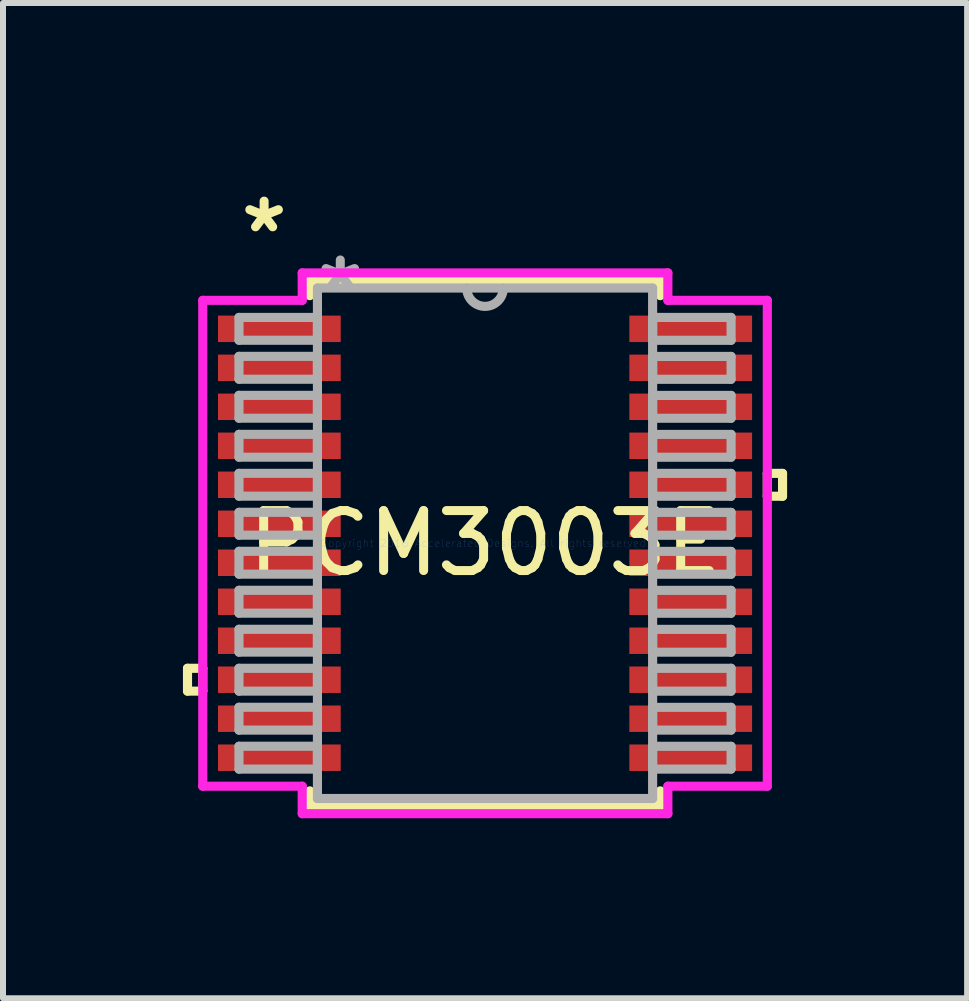
<source format=kicad_pcb>
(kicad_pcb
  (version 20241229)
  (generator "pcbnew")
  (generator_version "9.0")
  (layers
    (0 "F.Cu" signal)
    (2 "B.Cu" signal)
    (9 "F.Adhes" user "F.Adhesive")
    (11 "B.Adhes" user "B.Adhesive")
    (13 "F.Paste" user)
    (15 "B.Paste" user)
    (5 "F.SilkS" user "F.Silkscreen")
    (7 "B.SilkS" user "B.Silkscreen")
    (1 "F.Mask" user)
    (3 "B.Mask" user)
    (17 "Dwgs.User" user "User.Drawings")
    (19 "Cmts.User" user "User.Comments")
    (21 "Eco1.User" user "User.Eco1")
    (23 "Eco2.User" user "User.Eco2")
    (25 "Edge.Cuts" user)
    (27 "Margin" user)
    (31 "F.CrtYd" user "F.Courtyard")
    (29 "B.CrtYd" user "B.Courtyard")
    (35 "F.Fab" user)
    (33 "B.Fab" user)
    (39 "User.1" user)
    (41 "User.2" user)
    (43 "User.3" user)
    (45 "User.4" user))
  (footprint "PCM3003E"
    (layer "F.Cu")
    (at 5.036 6.007)
    (property "Reference" "PCM3003E" (at 0 0 0) (layer "F.SilkS") (effects (font (size 1 1) (thickness 0.15))))
    (attr through_hole)
    (fp_line (start -4.96 2.084) (end -4.96 2.465) (stroke (width 0.152) (type solid)) (layer "F.SilkS"))
    (fp_line (start -4.96 2.465) (end -4.706 2.465) (stroke (width 0.152) (type solid)) (layer "F.SilkS"))
    (fp_line (start -4.706 2.084) (end -4.96 2.084) (stroke (width 0.152) (type solid)) (layer "F.SilkS"))
    (fp_line (start -4.706 2.465) (end -4.706 2.084) (stroke (width 0.152) (type solid)) (layer "F.SilkS"))
    (fp_line (start -2.921 -4.381) (end -2.921 -4.128) (stroke (width 0.152) (type solid)) (layer "F.SilkS"))
    (fp_line (start -2.921 4.128) (end -2.921 4.381) (stroke (width 0.152) (type solid)) (layer "F.SilkS"))
    (fp_line (start -2.921 4.381) (end 2.921 4.381) (stroke (width 0.152) (type solid)) (layer "F.SilkS"))
    (fp_line (start 2.921 -4.381) (end -2.921 -4.381) (stroke (width 0.152) (type solid)) (layer "F.SilkS"))
    (fp_line (start 2.921 -4.128) (end 2.921 -4.381) (stroke (width 0.152) (type solid)) (layer "F.SilkS"))
    (fp_line (start 2.921 4.381) (end 2.921 4.128) (stroke (width 0.152) (type solid)) (layer "F.SilkS"))
    (fp_line (start 4.706 -1.165) (end 4.96 -1.165) (stroke (width 0.152) (type solid)) (layer "F.SilkS"))
    (fp_line (start 4.706 -0.784) (end 4.706 -1.165) (stroke (width 0.152) (type solid)) (layer "F.SilkS"))
    (fp_line (start 4.96 -1.165) (end 4.96 -0.784) (stroke (width 0.152) (type solid)) (layer "F.SilkS"))
    (fp_line (start 4.96 -0.784) (end 4.706 -0.784) (stroke (width 0.152) (type solid)) (layer "F.SilkS"))
    (fp_line (start -4.706 -4.05) (end -3.048 -4.05) (stroke (width 0.152) (type solid)) (layer "F.CrtYd"))
    (fp_line (start -4.706 4.05) (end -4.706 -4.05) (stroke (width 0.152) (type solid)) (layer "F.CrtYd"))
    (fp_line (start -3.048 -4.508) (end 3.048 -4.508) (stroke (width 0.152) (type solid)) (layer "F.CrtYd"))
    (fp_line (start -3.048 -4.05) (end -3.048 -4.508) (stroke (width 0.152) (type solid)) (layer "F.CrtYd"))
    (fp_line (start -3.048 4.05) (end -4.706 4.05) (stroke (width 0.152) (type solid)) (layer "F.CrtYd"))
    (fp_line (start -3.048 4.508) (end -3.048 4.05) (stroke (width 0.152) (type solid)) (layer "F.CrtYd"))
    (fp_line (start 3.048 -4.508) (end 3.048 -4.05) (stroke (width 0.152) (type solid)) (layer "F.CrtYd"))
    (fp_line (start 3.048 -4.05) (end 4.706 -4.05) (stroke (width 0.152) (type solid)) (layer "F.CrtYd"))
    (fp_line (start 3.048 4.05) (end 3.048 4.508) (stroke (width 0.152) (type solid)) (layer "F.CrtYd"))
    (fp_line (start 3.048 4.508) (end -3.048 4.508) (stroke (width 0.152) (type solid)) (layer "F.CrtYd"))
    (fp_line (start 4.706 -4.05) (end 4.706 4.05) (stroke (width 0.152) (type solid)) (layer "F.CrtYd"))
    (fp_line (start 4.706 4.05) (end 3.048 4.05) (stroke (width 0.152) (type solid)) (layer "F.CrtYd"))
    (fp_line (start -4.102 -3.765) (end -4.102 -3.385) (stroke (width 0.152) (type solid)) (layer "F.Fab"))
    (fp_line (start -4.102 -3.385) (end -2.794 -3.385) (stroke (width 0.152) (type solid)) (layer "F.Fab"))
    (fp_line (start -4.102 -3.116) (end -4.102 -2.735) (stroke (width 0.152) (type solid)) (layer "F.Fab"))
    (fp_line (start -4.102 -2.735) (end -2.794 -2.735) (stroke (width 0.152) (type solid)) (layer "F.Fab"))
    (fp_line (start -4.102 -2.466) (end -4.102 -2.085) (stroke (width 0.152) (type solid)) (layer "F.Fab"))
    (fp_line (start -4.102 -2.085) (end -2.794 -2.085) (stroke (width 0.152) (type solid)) (layer "F.Fab"))
    (fp_line (start -4.102 -1.816) (end -4.102 -1.435) (stroke (width 0.152) (type solid)) (layer "F.Fab"))
    (fp_line (start -4.102 -1.435) (end -2.794 -1.435) (stroke (width 0.152) (type solid)) (layer "F.Fab"))
    (fp_line (start -4.102 -1.166) (end -4.102 -0.785) (stroke (width 0.152) (type solid)) (layer "F.Fab"))
    (fp_line (start -4.102 -0.785) (end -2.794 -0.785) (stroke (width 0.152) (type solid)) (layer "F.Fab"))
    (fp_line (start -4.102 -0.516) (end -4.102 -0.135) (stroke (width 0.152) (type solid)) (layer "F.Fab"))
    (fp_line (start -4.102 -0.135) (end -2.794 -0.135) (stroke (width 0.152) (type solid)) (layer "F.Fab"))
    (fp_line (start -4.102 0.134) (end -4.102 0.515) (stroke (width 0.152) (type solid)) (layer "F.Fab"))
    (fp_line (start -4.102 0.515) (end -2.794 0.515) (stroke (width 0.152) (type solid)) (layer "F.Fab"))
    (fp_line (start -4.102 0.784) (end -4.102 1.165) (stroke (width 0.152) (type solid)) (layer "F.Fab"))
    (fp_line (start -4.102 1.165) (end -2.794 1.165) (stroke (width 0.152) (type solid)) (layer "F.Fab"))
    (fp_line (start -4.102 1.434) (end -4.102 1.815) (stroke (width 0.152) (type solid)) (layer "F.Fab"))
    (fp_line (start -4.102 1.815) (end -2.794 1.815) (stroke (width 0.152) (type solid)) (layer "F.Fab"))
    (fp_line (start -4.102 2.084) (end -4.102 2.465) (stroke (width 0.152) (type solid)) (layer "F.Fab"))
    (fp_line (start -4.102 2.465) (end -2.794 2.465) (stroke (width 0.152) (type solid)) (layer "F.Fab"))
    (fp_line (start -4.102 2.734) (end -4.102 3.115) (stroke (width 0.152) (type solid)) (layer "F.Fab"))
    (fp_line (start -4.102 3.115) (end -2.794 3.115) (stroke (width 0.152) (type solid)) (layer "F.Fab"))
    (fp_line (start -4.102 3.384) (end -4.102 3.765) (stroke (width 0.152) (type solid)) (layer "F.Fab"))
    (fp_line (start -4.102 3.765) (end -2.794 3.765) (stroke (width 0.152) (type solid)) (layer "F.Fab"))
    (fp_line (start -2.794 -4.255) (end -2.794 4.255) (stroke (width 0.152) (type solid)) (layer "F.Fab"))
    (fp_line (start -2.794 -3.765) (end -4.102 -3.765) (stroke (width 0.152) (type solid)) (layer "F.Fab"))
    (fp_line (start -2.794 -3.385) (end -2.794 -3.765) (stroke (width 0.152) (type solid)) (layer "F.Fab"))
    (fp_line (start -2.794 -3.116) (end -4.102 -3.116) (stroke (width 0.152) (type solid)) (layer "F.Fab"))
    (fp_line (start -2.794 -2.735) (end -2.794 -3.116) (stroke (width 0.152) (type solid)) (layer "F.Fab"))
    (fp_line (start -2.794 -2.466) (end -4.102 -2.466) (stroke (width 0.152) (type solid)) (layer "F.Fab"))
    (fp_line (start -2.794 -2.085) (end -2.794 -2.466) (stroke (width 0.152) (type solid)) (layer "F.Fab"))
    (fp_line (start -2.794 -1.816) (end -4.102 -1.816) (stroke (width 0.152) (type solid)) (layer "F.Fab"))
    (fp_line (start -2.794 -1.435) (end -2.794 -1.816) (stroke (width 0.152) (type solid)) (layer "F.Fab"))
    (fp_line (start -2.794 -1.166) (end -4.102 -1.166) (stroke (width 0.152) (type solid)) (layer "F.Fab"))
    (fp_line (start -2.794 -0.785) (end -2.794 -1.166) (stroke (width 0.152) (type solid)) (layer "F.Fab"))
    (fp_line (start -2.794 -0.516) (end -4.102 -0.516) (stroke (width 0.152) (type solid)) (layer "F.Fab"))
    (fp_line (start -2.794 -0.135) (end -2.794 -0.516) (stroke (width 0.152) (type solid)) (layer "F.Fab"))
    (fp_line (start -2.794 0.134) (end -4.102 0.134) (stroke (width 0.152) (type solid)) (layer "F.Fab"))
    (fp_line (start -2.794 0.515) (end -2.794 0.134) (stroke (width 0.152) (type solid)) (layer "F.Fab"))
    (fp_line (start -2.794 0.784) (end -4.102 0.784) (stroke (width 0.152) (type solid)) (layer "F.Fab"))
    (fp_line (start -2.794 1.165) (end -2.794 0.784) (stroke (width 0.152) (type solid)) (layer "F.Fab"))
    (fp_line (start -2.794 1.434) (end -4.102 1.434) (stroke (width 0.152) (type solid)) (layer "F.Fab"))
    (fp_line (start -2.794 1.815) (end -2.794 1.434) (stroke (width 0.152) (type solid)) (layer "F.Fab"))
    (fp_line (start -2.794 2.084) (end -4.102 2.084) (stroke (width 0.152) (type solid)) (layer "F.Fab"))
    (fp_line (start -2.794 2.465) (end -2.794 2.084) (stroke (width 0.152) (type solid)) (layer "F.Fab"))
    (fp_line (start -2.794 2.734) (end -4.102 2.734) (stroke (width 0.152) (type solid)) (layer "F.Fab"))
    (fp_line (start -2.794 3.115) (end -2.794 2.734) (stroke (width 0.152) (type solid)) (layer "F.Fab"))
    (fp_line (start -2.794 3.384) (end -4.102 3.384) (stroke (width 0.152) (type solid)) (layer "F.Fab"))
    (fp_line (start -2.794 3.765) (end -2.794 3.384) (stroke (width 0.152) (type solid)) (layer "F.Fab"))
    (fp_line (start -2.794 4.255) (end 2.794 4.255) (stroke (width 0.152) (type solid)) (layer "F.Fab"))
    (fp_line (start 2.794 -4.255) (end -2.794 -4.255) (stroke (width 0.152) (type solid)) (layer "F.Fab"))
    (fp_line (start 2.794 -3.765) (end 2.794 -3.384) (stroke (width 0.152) (type solid)) (layer "F.Fab"))
    (fp_line (start 2.794 -3.384) (end 4.102 -3.384) (stroke (width 0.152) (type solid)) (layer "F.Fab"))
    (fp_line (start 2.794 -3.115) (end 2.794 -2.734) (stroke (width 0.152) (type solid)) (layer "F.Fab"))
    (fp_line (start 2.794 -2.734) (end 4.102 -2.734) (stroke (width 0.152) (type solid)) (layer "F.Fab"))
    (fp_line (start 2.794 -2.465) (end 2.794 -2.084) (stroke (width 0.152) (type solid)) (layer "F.Fab"))
    (fp_line (start 2.794 -2.084) (end 4.102 -2.084) (stroke (width 0.152) (type solid)) (layer "F.Fab"))
    (fp_line (start 2.794 -1.815) (end 2.794 -1.434) (stroke (width 0.152) (type solid)) (layer "F.Fab"))
    (fp_line (start 2.794 -1.434) (end 4.102 -1.434) (stroke (width 0.152) (type solid)) (layer "F.Fab"))
    (fp_line (start 2.794 -1.165) (end 2.794 -0.784) (stroke (width 0.152) (type solid)) (layer "F.Fab"))
    (fp_line (start 2.794 -0.784) (end 4.102 -0.784) (stroke (width 0.152) (type solid)) (layer "F.Fab"))
    (fp_line (start 2.794 -0.515) (end 2.794 -0.134) (stroke (width 0.152) (type solid)) (layer "F.Fab"))
    (fp_line (start 2.794 -0.134) (end 4.102 -0.134) (stroke (width 0.152) (type solid)) (layer "F.Fab"))
    (fp_line (start 2.794 0.135) (end 2.794 0.516) (stroke (width 0.152) (type solid)) (layer "F.Fab"))
    (fp_line (start 2.794 0.516) (end 4.102 0.516) (stroke (width 0.152) (type solid)) (layer "F.Fab"))
    (fp_line (start 2.794 0.785) (end 2.794 1.166) (stroke (width 0.152) (type solid)) (layer "F.Fab"))
    (fp_line (start 2.794 1.166) (end 4.102 1.166) (stroke (width 0.152) (type solid)) (layer "F.Fab"))
    (fp_line (start 2.794 1.435) (end 2.794 1.816) (stroke (width 0.152) (type solid)) (layer "F.Fab"))
    (fp_line (start 2.794 1.816) (end 4.102 1.816) (stroke (width 0.152) (type solid)) (layer "F.Fab"))
    (fp_line (start 2.794 2.084) (end 2.794 2.466) (stroke (width 0.152) (type solid)) (layer "F.Fab"))
    (fp_line (start 2.794 2.466) (end 4.102 2.466) (stroke (width 0.152) (type solid)) (layer "F.Fab"))
    (fp_line (start 2.794 2.735) (end 2.794 3.115) (stroke (width 0.152) (type solid)) (layer "F.Fab"))
    (fp_line (start 2.794 3.115) (end 4.102 3.115) (stroke (width 0.152) (type solid)) (layer "F.Fab"))
    (fp_line (start 2.794 3.385) (end 2.794 3.765) (stroke (width 0.152) (type solid)) (layer "F.Fab"))
    (fp_line (start 2.794 3.765) (end 4.102 3.765) (stroke (width 0.152) (type solid)) (layer "F.Fab"))
    (fp_line (start 2.794 4.255) (end 2.794 -4.255) (stroke (width 0.152) (type solid)) (layer "F.Fab"))
    (fp_line (start 4.102 -3.765) (end 2.794 -3.765) (stroke (width 0.152) (type solid)) (layer "F.Fab"))
    (fp_line (start 4.102 -3.384) (end 4.102 -3.765) (stroke (width 0.152) (type solid)) (layer "F.Fab"))
    (fp_line (start 4.102 -3.115) (end 2.794 -3.115) (stroke (width 0.152) (type solid)) (layer "F.Fab"))
    (fp_line (start 4.102 -2.734) (end 4.102 -3.115) (stroke (width 0.152) (type solid)) (layer "F.Fab"))
    (fp_line (start 4.102 -2.465) (end 2.794 -2.465) (stroke (width 0.152) (type solid)) (layer "F.Fab"))
    (fp_line (start 4.102 -2.084) (end 4.102 -2.465) (stroke (width 0.152) (type solid)) (layer "F.Fab"))
    (fp_line (start 4.102 -1.815) (end 2.794 -1.815) (stroke (width 0.152) (type solid)) (layer "F.Fab"))
    (fp_line (start 4.102 -1.434) (end 4.102 -1.815) (stroke (width 0.152) (type solid)) (layer "F.Fab"))
    (fp_line (start 4.102 -1.165) (end 2.794 -1.165) (stroke (width 0.152) (type solid)) (layer "F.Fab"))
    (fp_line (start 4.102 -0.784) (end 4.102 -1.165) (stroke (width 0.152) (type solid)) (layer "F.Fab"))
    (fp_line (start 4.102 -0.515) (end 2.794 -0.515) (stroke (width 0.152) (type solid)) (layer "F.Fab"))
    (fp_line (start 4.102 -0.134) (end 4.102 -0.515) (stroke (width 0.152) (type solid)) (layer "F.Fab"))
    (fp_line (start 4.102 0.135) (end 2.794 0.135) (stroke (width 0.152) (type solid)) (layer "F.Fab"))
    (fp_line (start 4.102 0.516) (end 4.102 0.135) (stroke (width 0.152) (type solid)) (layer "F.Fab"))
    (fp_line (start 4.102 0.785) (end 2.794 0.785) (stroke (width 0.152) (type solid)) (layer "F.Fab"))
    (fp_line (start 4.102 1.166) (end 4.102 0.785) (stroke (width 0.152) (type solid)) (layer "F.Fab"))
    (fp_line (start 4.102 1.435) (end 2.794 1.435) (stroke (width 0.152) (type solid)) (layer "F.Fab"))
    (fp_line (start 4.102 1.816) (end 4.102 1.435) (stroke (width 0.152) (type solid)) (layer "F.Fab"))
    (fp_line (start 4.102 2.084) (end 2.794 2.084) (stroke (width 0.152) (type solid)) (layer "F.Fab"))
    (fp_line (start 4.102 2.466) (end 4.102 2.084) (stroke (width 0.152) (type solid)) (layer "F.Fab"))
    (fp_line (start 4.102 2.735) (end 2.794 2.735) (stroke (width 0.152) (type solid)) (layer "F.Fab"))
    (fp_line (start 4.102 3.115) (end 4.102 2.735) (stroke (width 0.152) (type solid)) (layer "F.Fab"))
    (fp_line (start 4.102 3.385) (end 2.794 3.385) (stroke (width 0.152) (type solid)) (layer "F.Fab"))
    (fp_line (start 4.102 3.765) (end 4.102 3.385) (stroke (width 0.152) (type solid)) (layer "F.Fab"))
    (fp_arc (start 0.3048 -4.2545) (mid 0 -3.9497) (end -0.3048 -4.2545) (stroke (width 0.1524) (type solid)) (layer "F.Fab"))
    (fp_text user "*" (at -3.683 -5.159 0) (layer "F.SilkS") (effects (font (size 1 1) (thickness 0.15))))
    (fp_text user "Copyright 2016 Accelerated Designs. All rights reserved." (at 0 0 0) (layer "Cmts.User") (effects (font (size 0.127 0.127) (thickness 0.002))))
    (fp_text user "*" (at -2.413 -4.178 0) (layer "F.Fab") (effects (font (size 1 1) (thickness 0.15))))
    (pad "1" smd rect (at -3.429 -3.575) (size 2.046 0.441) (layers "F.Cu" "F.Mask" "F.Paste"))
    (pad "2" smd rect (at -3.429 -2.925) (size 2.046 0.441) (layers "F.Cu" "F.Mask" "F.Paste"))
    (pad "3" smd rect (at -3.429 -2.275) (size 2.046 0.441) (layers "F.Cu" "F.Mask" "F.Paste"))
    (pad "4" smd rect (at -3.429 -1.625) (size 2.046 0.441) (layers "F.Cu" "F.Mask" "F.Paste"))
    (pad "5" smd rect (at -3.429 -0.975) (size 2.046 0.441) (layers "F.Cu" "F.Mask" "F.Paste"))
    (pad "6" smd rect (at -3.429 -0.325) (size 2.046 0.441) (layers "F.Cu" "F.Mask" "F.Paste"))
    (pad "7" smd rect (at -3.429 0.325) (size 2.046 0.441) (layers "F.Cu" "F.Mask" "F.Paste"))
    (pad "8" smd rect (at -3.429 0.975) (size 2.046 0.441) (layers "F.Cu" "F.Mask" "F.Paste"))
    (pad "9" smd rect (at -3.429 1.625) (size 2.046 0.441) (layers "F.Cu" "F.Mask" "F.Paste"))
    (pad "10" smd rect (at -3.429 2.275) (size 2.046 0.441) (layers "F.Cu" "F.Mask" "F.Paste"))
    (pad "11" smd rect (at -3.429 2.925) (size 2.046 0.441) (layers "F.Cu" "F.Mask" "F.Paste"))
    (pad "12" smd rect (at -3.429 3.575) (size 2.046 0.441) (layers "F.Cu" "F.Mask" "F.Paste"))
    (pad "13" smd rect (at 3.429 3.575) (size 2.046 0.441) (layers "F.Cu" "F.Mask" "F.Paste"))
    (pad "14" smd rect (at 3.429 2.925) (size 2.046 0.441) (layers "F.Cu" "F.Mask" "F.Paste"))
    (pad "15" smd rect (at 3.429 2.275) (size 2.046 0.441) (layers "F.Cu" "F.Mask" "F.Paste"))
    (pad "16" smd rect (at 3.429 1.625) (size 2.046 0.441) (layers "F.Cu" "F.Mask" "F.Paste"))
    (pad "17" smd rect (at 3.429 0.975) (size 2.046 0.441) (layers "F.Cu" "F.Mask" "F.Paste"))
    (pad "18" smd rect (at 3.429 0.325) (size 2.046 0.441) (layers "F.Cu" "F.Mask" "F.Paste"))
    (pad "19" smd rect (at 3.429 -0.325) (size 2.046 0.441) (layers "F.Cu" "F.Mask" "F.Paste"))
    (pad "20" smd rect (at 3.429 -0.975) (size 2.046 0.441) (layers "F.Cu" "F.Mask" "F.Paste"))
    (pad "21" smd rect (at 3.429 -1.625) (size 2.046 0.441) (layers "F.Cu" "F.Mask" "F.Paste"))
    (pad "22" smd rect (at 3.429 -2.275) (size 2.046 0.441) (layers "F.Cu" "F.Mask" "F.Paste"))
    (pad "23" smd rect (at 3.429 -2.925) (size 2.046 0.441) (layers "F.Cu" "F.Mask" "F.Paste"))
    (pad "24" smd rect (at 3.429 -3.575) (size 2.046 0.441) (layers "F.Cu" "F.Mask" "F.Paste")))
  (gr_rect
    (start -3 -3)
    (end 13.073 13.592)
    (stroke (width 0.1) (type default))
    (fill no)
    (layer "Edge.Cuts")))
</source>
